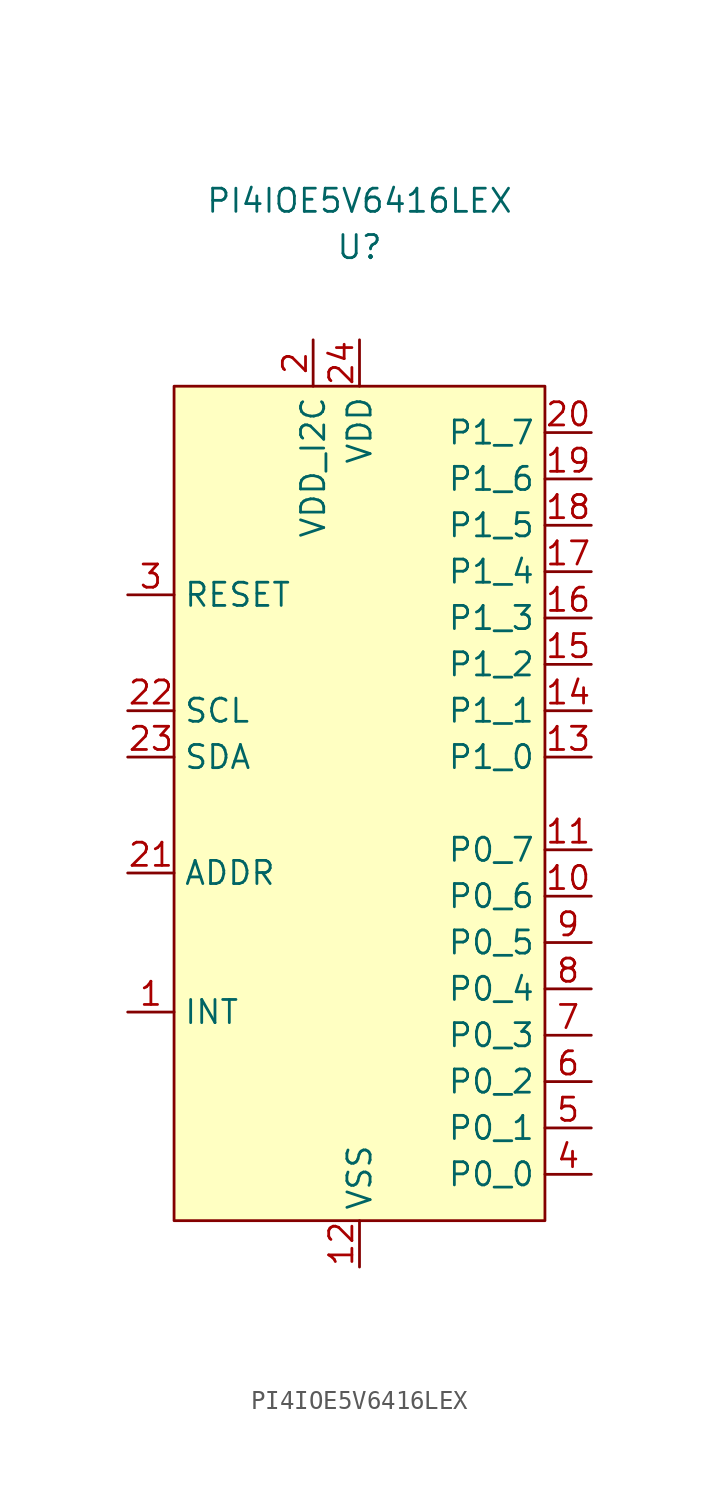
<source format=kicad_sym>
(kicad_symbol_lib
  (version 20211014)
  (generator kicad_symbol_editor)
  (symbol "PI4IOE5V6416LEX"
    (property "Reference" "U"
      (at 0 -2.54 0)
      (effects (font (size 1.27 1.27))))
    (property "Value" "PI4IOE5V6416LEX"
      (at 0 0 0)
      (effects (font (size 1.27 1.27))))
    (symbol "PI4IOE5V6416LEX_0_1"
      (rectangle (start -10.16 -10.16) (end 10.16 -55.88) (stroke (width 0) (type default) (color 0 0 0 0)) (fill (type background))))
    (symbol "PI4IOE5V6416LEX_1_1"
      (pin output line (at -12.7 -44.45 0) (length 2.54) (name "INT" (effects (font (size 1.27 1.27)))) (number "1" (effects (font (size 1.27 1.27)))))
      (pin bidirectional line (at 12.7 -38.1 180) (length 2.54) (name "P0_6" (effects (font (size 1.27 1.27)))) (number "10" (effects (font (size 1.27 1.27)))))
      (pin bidirectional line (at 12.7 -35.56 180) (length 2.54) (name "P0_7" (effects (font (size 1.27 1.27)))) (number "11" (effects (font (size 1.27 1.27)))))
      (pin power_in line (at 0 -58.42 90) (length 2.54) (name "VSS" (effects (font (size 1.27 1.27)))) (number "12" (effects (font (size 1.27 1.27)))))
      (pin bidirectional line (at 12.7 -30.48 180) (length 2.54) (name "P1_0" (effects (font (size 1.27 1.27)))) (number "13" (effects (font (size 1.27 1.27)))))
      (pin bidirectional line (at 12.7 -27.94 180) (length 2.54) (name "P1_1" (effects (font (size 1.27 1.27)))) (number "14" (effects (font (size 1.27 1.27)))))
      (pin bidirectional line (at 12.7 -25.4 180) (length 2.54) (name "P1_2" (effects (font (size 1.27 1.27)))) (number "15" (effects (font (size 1.27 1.27)))))
      (pin bidirectional line (at 12.7 -22.86 180) (length 2.54) (name "P1_3" (effects (font (size 1.27 1.27)))) (number "16" (effects (font (size 1.27 1.27)))))
      (pin bidirectional line (at 12.7 -20.32 180) (length 2.54) (name "P1_4" (effects (font (size 1.27 1.27)))) (number "17" (effects (font (size 1.27 1.27)))))
      (pin bidirectional line (at 12.7 -17.78 180) (length 2.54) (name "P1_5" (effects (font (size 1.27 1.27)))) (number "18" (effects (font (size 1.27 1.27)))))
      (pin bidirectional line (at 12.7 -15.24 180) (length 2.54) (name "P1_6" (effects (font (size 1.27 1.27)))) (number "19" (effects (font (size 1.27 1.27)))))
      (pin power_in line (at -2.54 -7.62 270) (length 2.54) (name "VDD_I2C" (effects (font (size 1.27 1.27)))) (number "2" (effects (font (size 1.27 1.27)))))
      (pin bidirectional line (at 12.7 -12.7 180) (length 2.54) (name "P1_7" (effects (font (size 1.27 1.27)))) (number "20" (effects (font (size 1.27 1.27)))))
      (pin input line (at -12.7 -36.83 0) (length 2.54) (name "ADDR" (effects (font (size 1.27 1.27)))) (number "21" (effects (font (size 1.27 1.27)))))
      (pin input line (at -12.7 -27.94 0) (length 2.54) (name "SCL" (effects (font (size 1.27 1.27)))) (number "22" (effects (font (size 1.27 1.27)))))
      (pin bidirectional line (at -12.7 -30.48 0) (length 2.54) (name "SDA" (effects (font (size 1.27 1.27)))) (number "23" (effects (font (size 1.27 1.27)))))
      (pin power_in line (at 0 -7.62 270) (length 2.54) (name "VDD" (effects (font (size 1.27 1.27)))) (number "24" (effects (font (size 1.27 1.27)))))
      (pin input line (at -12.7 -21.59 0) (length 2.54) (name "RESET" (effects (font (size 1.27 1.27)))) (number "3" (effects (font (size 1.27 1.27)))))
      (pin bidirectional line (at 12.7 -53.34 180) (length 2.54) (name "P0_0" (effects (font (size 1.27 1.27)))) (number "4" (effects (font (size 1.27 1.27)))))
      (pin bidirectional line (at 12.7 -50.8 180) (length 2.54) (name "P0_1" (effects (font (size 1.27 1.27)))) (number "5" (effects (font (size 1.27 1.27)))))
      (pin bidirectional line (at 12.7 -48.26 180) (length 2.54) (name "P0_2" (effects (font (size 1.27 1.27)))) (number "6" (effects (font (size 1.27 1.27)))))
      (pin bidirectional line (at 12.7 -45.72 180) (length 2.54) (name "P0_3" (effects (font (size 1.27 1.27)))) (number "7" (effects (font (size 1.27 1.27)))))
      (pin bidirectional line (at 12.7 -43.18 180) (length 2.54) (name "P0_4" (effects (font (size 1.27 1.27)))) (number "8" (effects (font (size 1.27 1.27)))))
      (pin bidirectional line (at 12.7 -40.64 180) (length 2.54) (name "P0_5" (effects (font (size 1.27 1.27)))) (number "9" (effects (font (size 1.27 1.27))))))))
</source>
